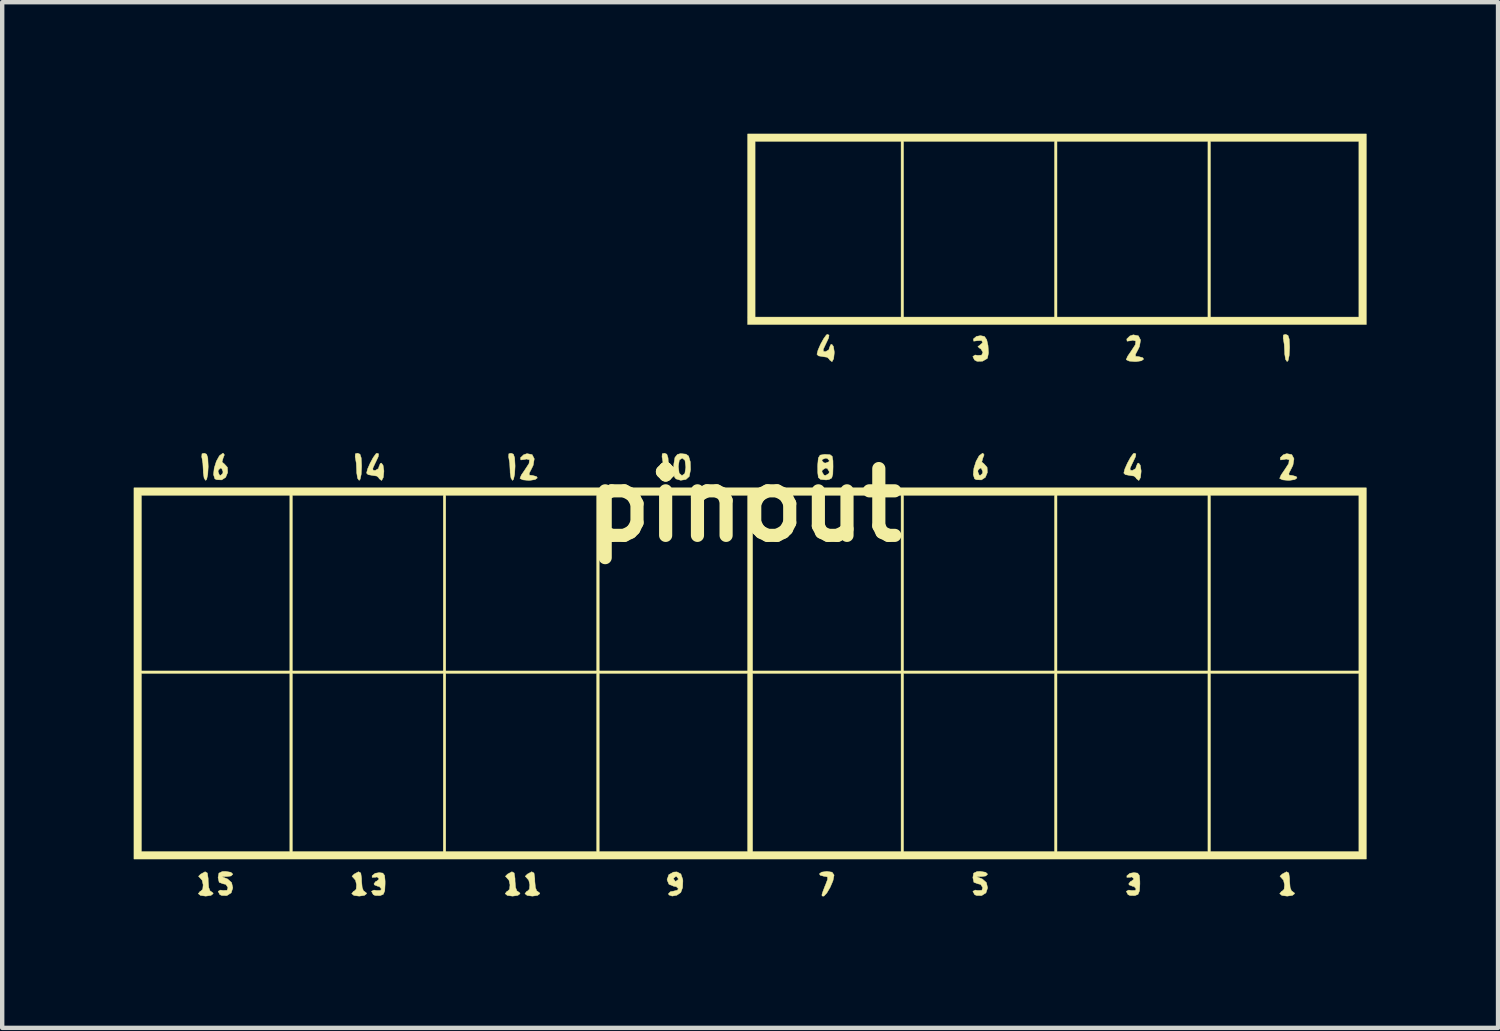
<source format=kicad_pcb>
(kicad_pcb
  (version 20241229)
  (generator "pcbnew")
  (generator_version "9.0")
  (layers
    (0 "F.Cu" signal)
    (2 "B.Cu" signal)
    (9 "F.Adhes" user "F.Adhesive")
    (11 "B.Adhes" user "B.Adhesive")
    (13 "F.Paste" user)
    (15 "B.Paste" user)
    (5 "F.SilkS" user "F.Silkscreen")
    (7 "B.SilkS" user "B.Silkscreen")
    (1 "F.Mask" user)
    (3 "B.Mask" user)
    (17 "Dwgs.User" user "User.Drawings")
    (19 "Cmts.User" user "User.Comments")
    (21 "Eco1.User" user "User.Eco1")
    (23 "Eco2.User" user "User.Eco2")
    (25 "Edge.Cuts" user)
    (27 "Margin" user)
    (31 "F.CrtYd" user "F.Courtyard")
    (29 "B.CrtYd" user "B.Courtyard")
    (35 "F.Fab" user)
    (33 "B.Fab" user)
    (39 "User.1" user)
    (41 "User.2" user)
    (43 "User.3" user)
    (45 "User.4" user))
  (footprint "pinout"
    (layer "F.Cu")
    (at 13.947 8.472)
    (property "Reference" "pinout" (at 0 0 0) (layer "F.SilkS") (effects (font (size 1.524 1.524) (thickness 0.3))))
    (attr through_hole)
    (fp_poly (pts (xy -12.285 -1.162) (xy -12.257 -1.077) (xy -12.249 -0.907) (xy -12.248 -0.875) (xy -12.258 -0.705) (xy -12.282 -0.592) (xy -12.305 -0.564) (xy -12.341 -0.614) (xy -12.36 -0.739) (xy -12.361 -0.786) (xy -12.37 -0.953) (xy -12.391 -1.081) (xy -12.396 -1.096) (xy -12.39 -1.172) (xy -12.339 -1.185) (xy -12.285 -1.162)) (stroke (width 0.01) (type solid)) (fill yes) (layer "F.SilkS"))
    (fp_poly (pts (xy -8.786 -1.162) (xy -8.758 -1.077) (xy -8.749 -0.907) (xy -8.749 -0.875) (xy -8.758 -0.705) (xy -8.782 -0.592) (xy -8.805 -0.564) (xy -8.841 -0.614) (xy -8.861 -0.739) (xy -8.862 -0.786) (xy -8.87 -0.953) (xy -8.891 -1.081) (xy -8.896 -1.096) (xy -8.891 -1.172) (xy -8.84 -1.185) (xy -8.786 -1.162)) (stroke (width 0.01) (type solid)) (fill yes) (layer "F.SilkS"))
    (fp_poly (pts (xy -5.286 -1.162) (xy -5.258 -1.077) (xy -5.249 -0.907) (xy -5.249 -0.875) (xy -5.259 -0.705) (xy -5.283 -0.592) (xy -5.306 -0.564) (xy -5.341 -0.614) (xy -5.361 -0.739) (xy -5.362 -0.786) (xy -5.371 -0.953) (xy -5.392 -1.081) (xy -5.396 -1.096) (xy -5.391 -1.172) (xy -5.34 -1.185) (xy -5.286 -1.162)) (stroke (width 0.01) (type solid)) (fill yes) (layer "F.SilkS"))
    (fp_poly (pts (xy -1.787 -1.162) (xy -1.759 -1.077) (xy -1.75 -0.907) (xy -1.75 -0.875) (xy -1.759 -0.705) (xy -1.783 -0.592) (xy -1.806 -0.564) (xy -1.842 -0.614) (xy -1.861 -0.739) (xy -1.863 -0.786) (xy -1.871 -0.953) (xy -1.892 -1.081) (xy -1.897 -1.096) (xy -1.892 -1.172) (xy -1.84 -1.185) (xy -1.787 -1.162)) (stroke (width 0.01) (type solid)) (fill yes) (layer "F.SilkS"))
    (fp_poly (pts (xy 12.381 -3.872) (xy 12.409 -3.787) (xy 12.418 -3.616) (xy 12.418 -3.584) (xy 12.408 -3.414) (xy 12.385 -3.301) (xy 12.361 -3.274) (xy 12.326 -3.324) (xy 12.306 -3.448) (xy 12.305 -3.495) (xy 12.296 -3.662) (xy 12.276 -3.79) (xy 12.271 -3.805) (xy 12.276 -3.881) (xy 12.327 -3.895) (xy 12.381 -3.872)) (stroke (width 0.01) (type solid)) (fill yes) (layer "F.SilkS"))
    (fp_poly (pts (xy 1.982 8.372) (xy 2.028 8.438) (xy 2.002 8.568) (xy 1.937 8.719) (xy 1.862 8.846) (xy 1.795 8.918) (xy 1.754 8.915) (xy 1.75 8.888) (xy 1.77 8.821) (xy 1.818 8.694) (xy 1.832 8.662) (xy 1.88 8.535) (xy 1.878 8.48) (xy 1.82 8.467) (xy 1.803 8.467) (xy 1.713 8.442) (xy 1.693 8.41) (xy 1.742 8.371) (xy 1.861 8.354) (xy 1.863 8.354) (xy 1.982 8.372)) (stroke (width 0.01) (type solid)) (fill yes) (layer "F.SilkS"))
    (fp_poly (pts (xy -12.268 8.391) (xy -12.249 8.514) (xy -12.248 8.58) (xy -12.236 8.721) (xy -12.205 8.8) (xy -12.192 8.805) (xy -12.137 8.848) (xy -12.136 8.862) (xy -12.185 8.901) (xy -12.303 8.918) (xy -12.305 8.918) (xy -12.424 8.902) (xy -12.474 8.862) (xy -12.474 8.862) (xy -12.431 8.807) (xy -12.418 8.805) (xy -12.373 8.761) (xy -12.363 8.661) (xy -12.386 8.557) (xy -12.432 8.504) (xy -12.468 8.465) (xy -12.418 8.415) (xy -12.319 8.362) (xy -12.268 8.391)) (stroke (width 0.01) (type solid)) (fill yes) (layer "F.SilkS"))
    (fp_poly (pts (xy -8.768 8.391) (xy -8.75 8.514) (xy -8.749 8.58) (xy -8.736 8.721) (xy -8.705 8.8) (xy -8.692 8.805) (xy -8.638 8.848) (xy -8.636 8.862) (xy -8.685 8.901) (xy -8.803 8.918) (xy -8.805 8.918) (xy -8.924 8.902) (xy -8.975 8.862) (xy -8.975 8.862) (xy -8.932 8.807) (xy -8.918 8.805) (xy -8.873 8.761) (xy -8.864 8.661) (xy -8.887 8.557) (xy -8.932 8.504) (xy -8.968 8.465) (xy -8.918 8.415) (xy -8.82 8.362) (xy -8.768 8.391)) (stroke (width 0.01) (type solid)) (fill yes) (layer "F.SilkS"))
    (fp_poly (pts (xy -5.269 8.391) (xy -5.25 8.514) (xy -5.249 8.58) (xy -5.237 8.721) (xy -5.206 8.8) (xy -5.193 8.805) (xy -5.138 8.848) (xy -5.136 8.862) (xy -5.185 8.901) (xy -5.304 8.918) (xy -5.306 8.918) (xy -5.425 8.902) (xy -5.475 8.862) (xy -5.475 8.862) (xy -5.432 8.807) (xy -5.419 8.805) (xy -5.374 8.761) (xy -5.364 8.661) (xy -5.387 8.557) (xy -5.433 8.504) (xy -5.469 8.465) (xy -5.419 8.415) (xy -5.32 8.362) (xy -5.269 8.391)) (stroke (width 0.01) (type solid)) (fill yes) (layer "F.SilkS"))
    (fp_poly (pts (xy -4.817 8.391) (xy -4.799 8.514) (xy -4.798 8.58) (xy -4.785 8.721) (xy -4.754 8.8) (xy -4.741 8.805) (xy -4.687 8.848) (xy -4.685 8.862) (xy -4.734 8.901) (xy -4.852 8.918) (xy -4.854 8.918) (xy -4.973 8.902) (xy -5.024 8.862) (xy -5.024 8.862) (xy -4.981 8.807) (xy -4.967 8.805) (xy -4.922 8.761) (xy -4.912 8.661) (xy -4.936 8.557) (xy -4.981 8.504) (xy -5.017 8.465) (xy -4.967 8.415) (xy -4.869 8.362) (xy -4.817 8.391)) (stroke (width 0.01) (type solid)) (fill yes) (layer "F.SilkS"))
    (fp_poly (pts (xy 12.399 8.391) (xy 12.417 8.514) (xy 12.418 8.58) (xy 12.43 8.721) (xy 12.462 8.8) (xy 12.474 8.805) (xy 12.529 8.848) (xy 12.531 8.862) (xy 12.482 8.901) (xy 12.363 8.918) (xy 12.361 8.918) (xy 12.242 8.902) (xy 12.192 8.862) (xy 12.192 8.862) (xy 12.235 8.807) (xy 12.248 8.805) (xy 12.293 8.761) (xy 12.303 8.661) (xy 12.28 8.557) (xy 12.234 8.504) (xy 12.198 8.465) (xy 12.248 8.415) (xy 12.347 8.362) (xy 12.399 8.391)) (stroke (width 0.01) (type solid)) (fill yes) (layer "F.SilkS"))
    (fp_poly (pts (xy -11.731 8.374) (xy -11.686 8.417) (xy -11.727 8.458) (xy -11.811 8.47) (xy -11.938 8.474) (xy -11.807 8.526) (xy -11.714 8.61) (xy -11.687 8.73) (xy -11.724 8.843) (xy -11.823 8.906) (xy -11.827 8.906) (xy -11.94 8.903) (xy -11.983 8.883) (xy -12.022 8.808) (xy -11.967 8.78) (xy -11.91 8.789) (xy -11.817 8.785) (xy -11.797 8.727) (xy -11.844 8.651) (xy -11.91 8.636) (xy -11.998 8.603) (xy -12.023 8.495) (xy -12.004 8.394) (xy -11.927 8.357) (xy -11.853 8.354) (xy -11.731 8.374)) (stroke (width 0.01) (type solid)) (fill yes) (layer "F.SilkS"))
    (fp_poly (pts (xy 5.457 -3.848) (xy 5.509 -3.774) (xy 5.539 -3.641) (xy 5.55 -3.473) (xy 5.527 -3.357) (xy 5.519 -3.344) (xy 5.415 -3.284) (xy 5.29 -3.28) (xy 5.231 -3.311) (xy 5.192 -3.39) (xy 5.245 -3.425) (xy 5.306 -3.415) (xy 5.394 -3.422) (xy 5.423 -3.486) (xy 5.379 -3.56) (xy 5.348 -3.58) (xy 5.307 -3.617) (xy 5.348 -3.645) (xy 5.417 -3.707) (xy 5.393 -3.755) (xy 5.299 -3.751) (xy 5.212 -3.74) (xy 5.205 -3.79) (xy 5.275 -3.849) (xy 5.366 -3.866) (xy 5.457 -3.848)) (stroke (width 0.01) (type solid)) (fill yes) (layer "F.SilkS"))
    (fp_poly (pts (xy 5.485 8.374) (xy 5.53 8.417) (xy 5.488 8.458) (xy 5.405 8.47) (xy 5.278 8.474) (xy 5.408 8.526) (xy 5.502 8.61) (xy 5.529 8.73) (xy 5.492 8.843) (xy 5.393 8.906) (xy 5.388 8.906) (xy 5.276 8.903) (xy 5.233 8.883) (xy 5.193 8.808) (xy 5.249 8.78) (xy 5.306 8.789) (xy 5.398 8.785) (xy 5.419 8.727) (xy 5.372 8.651) (xy 5.306 8.636) (xy 5.217 8.603) (xy 5.193 8.495) (xy 5.211 8.394) (xy 5.289 8.357) (xy 5.362 8.354) (xy 5.485 8.374)) (stroke (width 0.01) (type solid)) (fill yes) (layer "F.SilkS"))
    (fp_poly (pts (xy -11.879 -1.147) (xy -11.907 -1.078) (xy -11.933 -0.984) (xy -11.877 -0.937) (xy -11.81 -0.862) (xy -11.804 -0.745) (xy -11.85 -0.634) (xy -11.94 -0.576) (xy -12.052 -0.58) (xy -12.096 -0.6) (xy -12.127 -0.697) (xy -12.12 -0.762) (xy -12.023 -0.762) (xy -11.992 -0.687) (xy -11.966 -0.677) (xy -11.916 -0.723) (xy -11.91 -0.762) (xy -11.94 -0.837) (xy -11.966 -0.847) (xy -12.016 -0.801) (xy -12.023 -0.762) (xy -12.12 -0.762) (xy -12.111 -0.844) (xy -12.062 -1) (xy -11.992 -1.127) (xy -11.913 -1.185) (xy -11.906 -1.185) (xy -11.879 -1.147)) (stroke (width 0.01) (type solid)) (fill yes) (layer "F.SilkS"))
    (fp_poly (pts (xy -4.86 -1.153) (xy -4.811 -1.057) (xy -4.835 -0.911) (xy -4.87 -0.837) (xy -4.927 -0.728) (xy -4.923 -0.685) (xy -4.852 -0.677) (xy -4.852 -0.677) (xy -4.761 -0.653) (xy -4.741 -0.621) (xy -4.791 -0.584) (xy -4.913 -0.565) (xy -4.939 -0.564) (xy -5.069 -0.577) (xy -5.135 -0.607) (xy -5.136 -0.613) (xy -5.105 -0.688) (xy -5.027 -0.801) (xy -5.024 -0.806) (xy -4.93 -0.95) (xy -4.919 -1.035) (xy -4.99 -1.052) (xy -5.03 -1.042) (xy -5.118 -1.031) (xy -5.125 -1.081) (xy -5.054 -1.149) (xy -4.977 -1.175) (xy -4.86 -1.153)) (stroke (width 0.01) (type solid)) (fill yes) (layer "F.SilkS"))
    (fp_poly (pts (xy 5.45 -1.147) (xy 5.422 -1.078) (xy 5.396 -0.984) (xy 5.452 -0.937) (xy 5.518 -0.862) (xy 5.524 -0.745) (xy 5.478 -0.634) (xy 5.388 -0.576) (xy 5.276 -0.58) (xy 5.233 -0.6) (xy 5.202 -0.697) (xy 5.209 -0.762) (xy 5.306 -0.762) (xy 5.336 -0.687) (xy 5.362 -0.677) (xy 5.412 -0.723) (xy 5.419 -0.762) (xy 5.388 -0.837) (xy 5.362 -0.847) (xy 5.312 -0.801) (xy 5.306 -0.762) (xy 5.209 -0.762) (xy 5.217 -0.844) (xy 5.267 -1) (xy 5.337 -1.127) (xy 5.415 -1.185) (xy 5.422 -1.185) (xy 5.45 -1.147)) (stroke (width 0.01) (type solid)) (fill yes) (layer "F.SilkS"))
    (fp_poly (pts (xy 8.969 -3.862) (xy 9.018 -3.766) (xy 8.994 -3.62) (xy 8.959 -3.546) (xy 8.901 -3.437) (xy 8.906 -3.394) (xy 8.977 -3.387) (xy 8.977 -3.387) (xy 9.068 -3.363) (xy 9.088 -3.33) (xy 9.038 -3.293) (xy 8.916 -3.274) (xy 8.89 -3.274) (xy 8.759 -3.286) (xy 8.694 -3.316) (xy 8.692 -3.323) (xy 8.724 -3.397) (xy 8.802 -3.51) (xy 8.805 -3.515) (xy 8.899 -3.659) (xy 8.91 -3.744) (xy 8.839 -3.762) (xy 8.799 -3.751) (xy 8.711 -3.74) (xy 8.704 -3.79) (xy 8.775 -3.859) (xy 8.852 -3.885) (xy 8.969 -3.862)) (stroke (width 0.01) (type solid)) (fill yes) (layer "F.SilkS"))
    (fp_poly (pts (xy 12.468 -1.153) (xy 12.518 -1.057) (xy 12.494 -0.911) (xy 12.458 -0.837) (xy 12.401 -0.728) (xy 12.406 -0.685) (xy 12.477 -0.677) (xy 12.477 -0.677) (xy 12.567 -0.653) (xy 12.587 -0.621) (xy 12.537 -0.584) (xy 12.415 -0.565) (xy 12.39 -0.564) (xy 12.259 -0.577) (xy 12.194 -0.607) (xy 12.192 -0.613) (xy 12.224 -0.688) (xy 12.301 -0.801) (xy 12.305 -0.806) (xy 12.398 -0.95) (xy 12.409 -1.035) (xy 12.339 -1.052) (xy 12.298 -1.042) (xy 12.211 -1.031) (xy 12.204 -1.081) (xy 12.274 -1.149) (xy 12.352 -1.175) (xy 12.468 -1.153)) (stroke (width 0.01) (type solid)) (fill yes) (layer "F.SilkS"))
    (fp_poly (pts (xy -8.36 -1.169) (xy -8.37 -1.104) (xy -8.434 -0.968) (xy -8.44 -0.957) (xy -8.493 -0.843) (xy -8.488 -0.798) (xy -8.44 -0.79) (xy -8.364 -0.835) (xy -8.354 -0.875) (xy -8.323 -0.95) (xy -8.297 -0.96) (xy -8.26 -0.91) (xy -8.241 -0.788) (xy -8.241 -0.762) (xy -8.255 -0.631) (xy -8.29 -0.566) (xy -8.297 -0.564) (xy -8.352 -0.607) (xy -8.354 -0.621) (xy -8.402 -0.663) (xy -8.495 -0.677) (xy -8.601 -0.696) (xy -8.636 -0.732) (xy -8.612 -0.826) (xy -8.554 -0.957) (xy -8.484 -1.086) (xy -8.422 -1.171) (xy -8.4 -1.185) (xy -8.36 -1.169)) (stroke (width 0.01) (type solid)) (fill yes) (layer "F.SilkS"))
    (fp_poly (pts (xy 1.913 -3.878) (xy 1.903 -3.814) (xy 1.839 -3.678) (xy 1.833 -3.666) (xy 1.78 -3.553) (xy 1.785 -3.507) (xy 1.833 -3.5) (xy 1.909 -3.544) (xy 1.919 -3.584) (xy 1.95 -3.659) (xy 1.976 -3.669) (xy 2.013 -3.619) (xy 2.032 -3.497) (xy 2.032 -3.471) (xy 2.018 -3.341) (xy 1.983 -3.275) (xy 1.976 -3.274) (xy 1.921 -3.317) (xy 1.919 -3.33) (xy 1.871 -3.373) (xy 1.778 -3.387) (xy 1.672 -3.405) (xy 1.637 -3.441) (xy 1.661 -3.535) (xy 1.718 -3.667) (xy 1.789 -3.795) (xy 1.851 -3.881) (xy 1.873 -3.895) (xy 1.913 -3.878)) (stroke (width 0.01) (type solid)) (fill yes) (layer "F.SilkS"))
    (fp_poly (pts (xy 8.912 -1.169) (xy 8.902 -1.104) (xy 8.838 -0.968) (xy 8.832 -0.957) (xy 8.779 -0.843) (xy 8.784 -0.798) (xy 8.832 -0.79) (xy 8.908 -0.835) (xy 8.918 -0.875) (xy 8.949 -0.95) (xy 8.975 -0.96) (xy 9.012 -0.91) (xy 9.031 -0.788) (xy 9.031 -0.762) (xy 9.017 -0.631) (xy 8.982 -0.566) (xy 8.975 -0.564) (xy 8.92 -0.607) (xy 8.918 -0.621) (xy 8.87 -0.663) (xy 8.777 -0.677) (xy 8.671 -0.696) (xy 8.636 -0.732) (xy 8.66 -0.826) (xy 8.718 -0.957) (xy 8.788 -1.086) (xy 8.85 -1.171) (xy 8.872 -1.185) (xy 8.912 -1.169)) (stroke (width 0.01) (type solid)) (fill yes) (layer "F.SilkS"))
    (fp_poly (pts (xy -8.265 8.393) (xy -8.225 8.447) (xy -8.213 8.574) (xy -8.213 8.636) (xy -8.221 8.797) (xy -8.255 8.877) (xy -8.328 8.906) (xy -8.328 8.906) (xy -8.44 8.903) (xy -8.483 8.883) (xy -8.523 8.808) (xy -8.467 8.78) (xy -8.41 8.789) (xy -8.32 8.788) (xy -8.297 8.755) (xy -8.343 8.7) (xy -8.382 8.692) (xy -8.457 8.662) (xy -8.467 8.636) (xy -8.424 8.581) (xy -8.41 8.58) (xy -8.356 8.536) (xy -8.354 8.517) (xy -8.395 8.48) (xy -8.443 8.489) (xy -8.509 8.49) (xy -8.509 8.453) (xy -8.441 8.398) (xy -8.349 8.382) (xy -8.265 8.393)) (stroke (width 0.01) (type solid)) (fill yes) (layer "F.SilkS"))
    (fp_poly (pts (xy 8.951 8.393) (xy 8.991 8.447) (xy 9.002 8.574) (xy 9.003 8.636) (xy 8.994 8.797) (xy 8.961 8.877) (xy 8.888 8.906) (xy 8.888 8.906) (xy 8.776 8.903) (xy 8.732 8.883) (xy 8.693 8.808) (xy 8.748 8.78) (xy 8.805 8.789) (xy 8.896 8.788) (xy 8.918 8.755) (xy 8.873 8.7) (xy 8.834 8.692) (xy 8.758 8.662) (xy 8.749 8.636) (xy 8.792 8.581) (xy 8.805 8.58) (xy 8.859 8.536) (xy 8.862 8.517) (xy 8.82 8.48) (xy 8.772 8.489) (xy 8.706 8.49) (xy 8.707 8.453) (xy 8.774 8.398) (xy 8.866 8.382) (xy 8.951 8.393)) (stroke (width 0.01) (type solid)) (fill yes) (layer "F.SilkS"))
    (fp_poly (pts (xy 14.168 -4.12) (xy 0.056 -4.12) (xy 0.056 -8.297) (xy 0.226 -8.297) (xy 0.226 -4.29) (xy 3.556 -4.29) (xy 3.556 -8.297) (xy 3.612 -8.297) (xy 3.612 -4.29) (xy 7.056 -4.29) (xy 7.056 -8.297) (xy 7.112 -8.297) (xy 7.112 -4.29) (xy 10.555 -4.29) (xy 10.555 -8.297) (xy 10.612 -8.297) (xy 10.612 -4.29) (xy 13.998 -4.29) (xy 13.998 -8.297) (xy 10.612 -8.297) (xy 10.555 -8.297) (xy 7.112 -8.297) (xy 7.056 -8.297) (xy 3.612 -8.297) (xy 3.556 -8.297) (xy 0.226 -8.297) (xy 0.056 -8.297) (xy 0.056 -8.467) (xy 14.168 -8.467) (xy 14.168 -4.12)) (stroke (width 0.01) (type solid)) (fill yes) (layer "F.SilkS"))
    (fp_poly (pts (xy -1.351 -1.163) (xy -1.291 -1.12) (xy -1.252 -0.987) (xy -1.246 -0.811) (xy -1.276 -0.654) (xy -1.352 -0.586) (xy -1.471 -0.567) (xy -1.578 -0.599) (xy -1.614 -0.643) (xy -1.63 -0.749) (xy -1.629 -0.875) (xy -1.524 -0.875) (xy -1.506 -0.729) (xy -1.447 -0.678) (xy -1.439 -0.677) (xy -1.377 -0.72) (xy -1.355 -0.857) (xy -1.355 -0.875) (xy -1.373 -1.021) (xy -1.432 -1.072) (xy -1.439 -1.072) (xy -1.502 -1.03) (xy -1.524 -0.893) (xy -1.524 -0.875) (xy -1.629 -0.875) (xy -1.629 -0.907) (xy -1.627 -0.94) (xy -1.602 -1.087) (xy -1.546 -1.156) (xy -1.474 -1.176) (xy -1.351 -1.163)) (stroke (width 0.01) (type solid)) (fill yes) (layer "F.SilkS"))
    (fp_poly (pts (xy -1.467 8.412) (xy -1.425 8.535) (xy -1.421 8.569) (xy -1.428 8.723) (xy -1.469 8.835) (xy -1.471 8.837) (xy -1.56 8.898) (xy -1.665 8.917) (xy -1.739 8.891) (xy -1.75 8.862) (xy -1.703 8.816) (xy -1.637 8.805) (xy -1.545 8.782) (xy -1.524 8.749) (xy -1.571 8.702) (xy -1.631 8.692) (xy -1.738 8.648) (xy -1.782 8.546) (xy -1.774 8.523) (xy -1.637 8.523) (xy -1.594 8.578) (xy -1.58 8.58) (xy -1.526 8.537) (xy -1.524 8.523) (xy -1.567 8.468) (xy -1.58 8.467) (xy -1.635 8.51) (xy -1.637 8.523) (xy -1.774 8.523) (xy -1.743 8.43) (xy -1.742 8.429) (xy -1.635 8.37) (xy -1.557 8.365) (xy -1.467 8.412)) (stroke (width 0.01) (type solid)) (fill yes) (layer "F.SilkS"))
    (fp_poly (pts (xy 1.935 -1.151) (xy 1.985 -1.113) (xy 2.002 -1.014) (xy 2.004 -0.875) (xy 1.999 -0.707) (xy 1.974 -0.62) (xy 1.913 -0.585) (xy 1.848 -0.575) (xy 1.72 -0.586) (xy 1.669 -0.631) (xy 1.656 -0.733) (xy 1.655 -0.762) (xy 1.75 -0.762) (xy 1.795 -0.687) (xy 1.834 -0.677) (xy 1.909 -0.723) (xy 1.919 -0.762) (xy 1.874 -0.837) (xy 1.834 -0.847) (xy 1.76 -0.801) (xy 1.75 -0.762) (xy 1.655 -0.762) (xy 1.653 -0.891) (xy 1.655 -0.931) (xy 1.663 -1.016) (xy 1.75 -1.016) (xy 1.795 -0.966) (xy 1.834 -0.96) (xy 1.91 -0.99) (xy 1.919 -1.016) (xy 1.873 -1.066) (xy 1.834 -1.072) (xy 1.759 -1.042) (xy 1.75 -1.016) (xy 1.663 -1.016) (xy 1.669 -1.076) (xy 1.709 -1.141) (xy 1.803 -1.157) (xy 1.834 -1.157) (xy 1.935 -1.151)) (stroke (width 0.01) (type solid)) (fill yes) (layer "F.SilkS"))
    (fp_poly (pts (xy 14.168 8.072) (xy -13.942 8.072) (xy -13.942 3.838) (xy -13.772 3.838) (xy -13.772 7.902) (xy -10.386 7.902) (xy -10.386 3.838) (xy -10.329 3.838) (xy -10.329 7.902) (xy -6.886 7.902) (xy -6.886 3.838) (xy -6.83 3.838) (xy -6.83 7.902) (xy -3.387 7.902) (xy -3.387 3.838) (xy -3.33 3.838) (xy -3.33 7.902) (xy 0.056 7.902) (xy 0.056 3.838) (xy 0.169 3.838) (xy 0.169 7.902) (xy 3.556 7.902) (xy 3.556 3.838) (xy 3.612 3.838) (xy 3.612 7.902) (xy 7.056 7.902) (xy 7.056 3.838) (xy 7.112 3.838) (xy 7.112 7.902) (xy 10.555 7.902) (xy 10.555 3.838) (xy 10.612 3.838) (xy 10.612 7.902) (xy 13.998 7.902) (xy 13.998 3.838) (xy 10.612 3.838) (xy 10.555 3.838) (xy 7.112 3.838) (xy 7.056 3.838) (xy 3.612 3.838) (xy 3.556 3.838) (xy 0.169 3.838) (xy 0.056 3.838) (xy -3.33 3.838) (xy -3.387 3.838) (xy -6.83 3.838) (xy -6.886 3.838) (xy -10.329 3.838) (xy -10.386 3.838) (xy -13.772 3.838) (xy -13.942 3.838) (xy -13.942 -0.226) (xy -13.772 -0.226) (xy -13.772 3.782) (xy -10.386 3.782) (xy -10.386 -0.226) (xy -10.329 -0.226) (xy -10.329 3.782) (xy -6.886 3.782) (xy -6.886 -0.226) (xy -6.83 -0.226) (xy -6.83 3.782) (xy -3.387 3.782) (xy -3.387 -0.226) (xy -3.33 -0.226) (xy -3.33 3.782) (xy 0.056 3.782) (xy 0.056 -0.226) (xy 0.169 -0.226) (xy 0.169 3.782) (xy 3.556 3.782) (xy 3.556 -0.226) (xy 3.612 -0.226) (xy 3.612 3.782) (xy 7.056 3.782) (xy 7.056 -0.226) (xy 7.112 -0.226) (xy 7.112 3.782) (xy 10.555 3.782) (xy 10.555 -0.226) (xy 10.612 -0.226) (xy 10.612 3.782) (xy 13.998 3.782) (xy 13.998 -0.226) (xy 10.612 -0.226) (xy 10.555 -0.226) (xy 7.112 -0.226) (xy 7.056 -0.226) (xy 3.612 -0.226) (xy 3.556 -0.226) (xy 0.169 -0.226) (xy 0.056 -0.226) (xy -3.33 -0.226) (xy -3.387 -0.226) (xy -6.83 -0.226) (xy -6.886 -0.226) (xy -10.329 -0.226) (xy -10.386 -0.226) (xy -13.772 -0.226) (xy -13.942 -0.226) (xy -13.942 -0.395) (xy 14.168 -0.395) (xy 14.168 8.072)) (stroke (width 0.01) (type solid)) (fill yes) (layer "F.SilkS")))
  (gr_rect
    (start -3 -3)
    (end 31.119 20.395)
    (stroke (width 0.1) (type default))
    (fill no)
    (layer "Edge.Cuts")))
</source>
